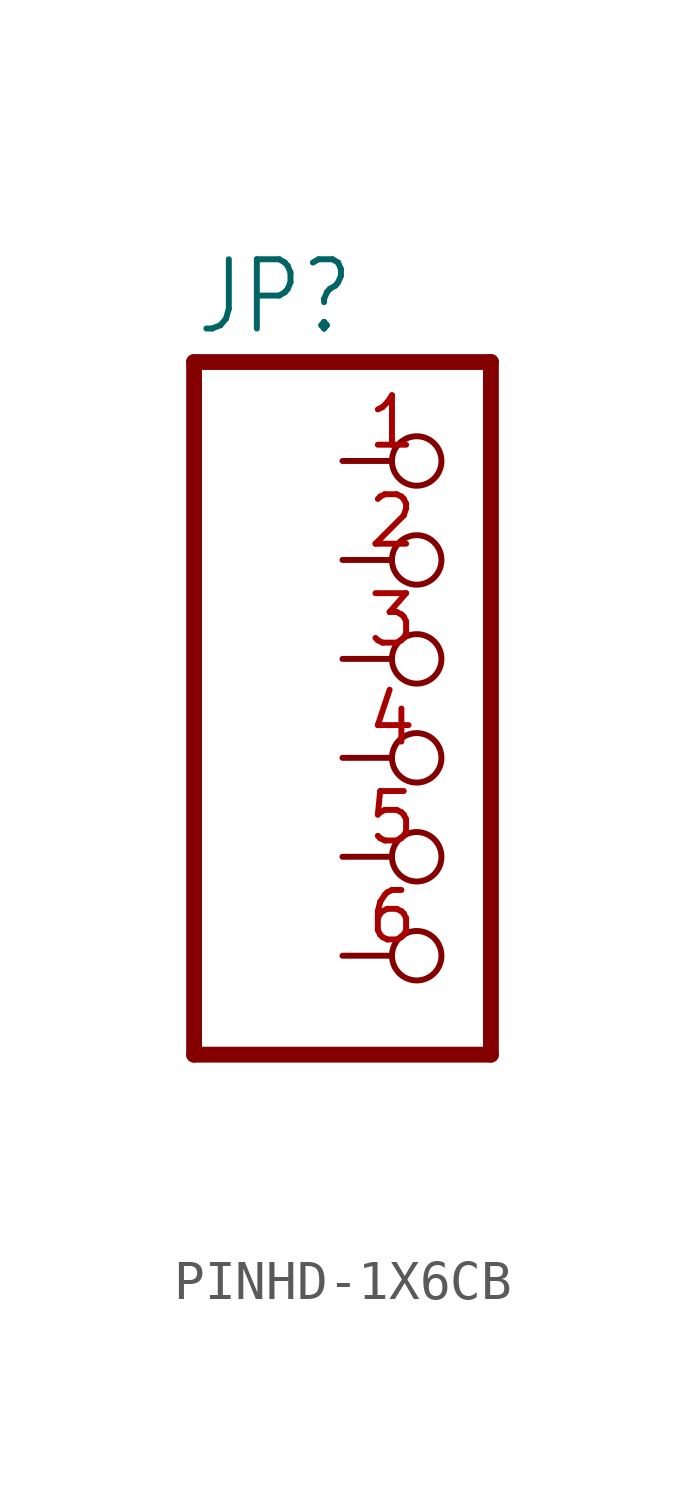
<source format=kicad_sym>
(kicad_symbol_lib
  (version 20220914)
  (generator kicad_symbol_editor)
  (symbol "PINHD-1X6CB"
    (property "Reference" "JP"
      (at -6.35 10.795 0)
      (effects (font (size 1.778 1.511)) (justify left bottom)))
    (property "Value" ""
      (at -6.35 -10.16 0)
      (effects (font (size 1.778 1.511)) (justify left bottom)))
    (property "ki_locked" ""
      (at 0 0 0)
      (effects (font (size 1.27 1.27))))
    (symbol "PINHD-1X6CB_1_0"
      (polyline (pts (xy -6.35 -7.62) (xy 1.27 -7.62)) (stroke (width 0.406) (type solid)) (fill (type none)))
      (polyline (pts (xy -6.35 10.16) (xy -6.35 -7.62)) (stroke (width 0.406) (type solid)) (fill (type none)))
      (polyline (pts (xy 1.27 -7.62) (xy 1.27 10.16)) (stroke (width 0.406) (type solid)) (fill (type none)))
      (polyline (pts (xy 1.27 10.16) (xy -6.35 10.16)) (stroke (width 0.406) (type solid)) (fill (type none)))
      (pin passive inverted (at -2.54 7.62 0) (length 2.54) (name "1" (effects (font (size 0 0)))) (number "1" (effects (font (size 1.27 1.27)))))
      (pin passive inverted (at -2.54 5.08 0) (length 2.54) (name "2" (effects (font (size 0 0)))) (number "2" (effects (font (size 1.27 1.27)))))
      (pin passive inverted (at -2.54 2.54 0) (length 2.54) (name "3" (effects (font (size 0 0)))) (number "3" (effects (font (size 1.27 1.27)))))
      (pin passive inverted (at -2.54 0 0) (length 2.54) (name "4" (effects (font (size 0 0)))) (number "4" (effects (font (size 1.27 1.27)))))
      (pin passive inverted (at -2.54 -2.54 0) (length 2.54) (name "5" (effects (font (size 0 0)))) (number "5" (effects (font (size 1.27 1.27)))))
      (pin passive inverted (at -2.54 -5.08 0) (length 2.54) (name "6" (effects (font (size 0 0)))) (number "6" (effects (font (size 1.27 1.27))))))))
</source>
